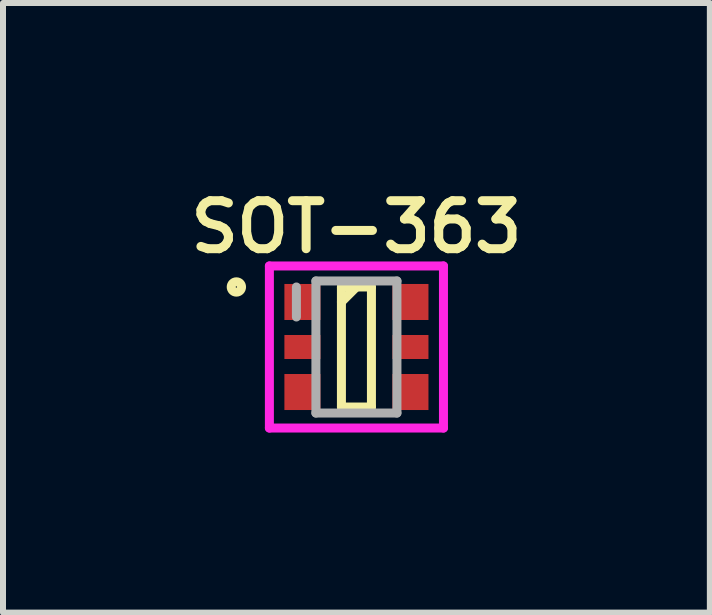
<source format=kicad_pcb>
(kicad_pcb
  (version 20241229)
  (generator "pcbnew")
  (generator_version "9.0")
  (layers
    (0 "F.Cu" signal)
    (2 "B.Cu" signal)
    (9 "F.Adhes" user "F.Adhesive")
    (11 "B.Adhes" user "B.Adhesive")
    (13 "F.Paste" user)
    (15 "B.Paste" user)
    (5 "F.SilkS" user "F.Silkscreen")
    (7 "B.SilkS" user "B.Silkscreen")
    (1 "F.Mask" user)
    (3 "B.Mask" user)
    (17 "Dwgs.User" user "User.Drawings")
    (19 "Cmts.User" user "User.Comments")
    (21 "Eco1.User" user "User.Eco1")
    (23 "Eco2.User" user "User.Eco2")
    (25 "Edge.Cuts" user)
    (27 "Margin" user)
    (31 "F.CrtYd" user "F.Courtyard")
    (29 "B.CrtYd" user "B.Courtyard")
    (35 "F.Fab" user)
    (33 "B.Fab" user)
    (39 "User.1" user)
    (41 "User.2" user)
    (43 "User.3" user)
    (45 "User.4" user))
  (footprint "SOT-363"
    (layer "F.Cu")
    (at 2.888 2.731)
    (property "Reference" "SOT-363" (at 0 -2 0) (layer "F.SilkS") (effects (font (size 0.8 0.8) (thickness 0.15))))
    (attr smd)
    (fp_line (start -0.25 -1) (end -0.25 1) (stroke (width 0.15) (type solid)) (layer "F.SilkS"))
    (fp_line (start -0.25 1) (end 0.25 1) (stroke (width 0.15) (type solid)) (layer "F.SilkS"))
    (fp_line (start 0 -1) (end -0.25 -0.75) (stroke (width 0.15) (type solid)) (layer "F.SilkS"))
    (fp_line (start 0.25 -1) (end -0.25 -1) (stroke (width 0.15) (type solid)) (layer "F.SilkS"))
    (fp_line (start 0.25 1) (end 0.25 -1) (stroke (width 0.15) (type solid)) (layer "F.SilkS"))
    (fp_circle (center -2 -1) (end -1.95 -0.93) (stroke (width 0.15) (type solid)) (fill no) (layer "F.SilkS"))
    (fp_line (start -1.45 -1.35) (end 1.45 -1.35) (stroke (width 0.15) (type solid)) (layer "F.CrtYd"))
    (fp_line (start -1.45 1.35) (end -1.45 -1.35) (stroke (width 0.15) (type solid)) (layer "F.CrtYd"))
    (fp_line (start 1.45 -1.35) (end 1.45 1.35) (stroke (width 0.15) (type solid)) (layer "F.CrtYd"))
    (fp_line (start 1.45 1.35) (end -1.45 1.35) (stroke (width 0.15) (type solid)) (layer "F.CrtYd"))
    (fp_line (start -1 -1) (end -1 -0.5) (stroke (width 0.15) (type solid)) (layer "F.Fab"))
    (fp_line (start -0.675 -1.1) (end 0.675 -1.1) (stroke (width 0.15) (type solid)) (layer "F.Fab"))
    (fp_line (start -0.675 1.1) (end -0.675 -1.1) (stroke (width 0.15) (type solid)) (layer "F.Fab"))
    (fp_line (start 0.675 -1.1) (end 0.675 1.1) (stroke (width 0.15) (type solid)) (layer "F.Fab"))
    (fp_line (start 0.675 1.1) (end -0.675 1.1) (stroke (width 0.15) (type solid)) (layer "F.Fab"))
    (pad "1" smd rect (at -0.9 -0.75) (size 0.6 0.6) (layers "F.Cu" "F.Mask" "F.Paste"))
    (pad "2" smd rect (at -0.9 0) (size 0.6 0.4) (layers "F.Cu" "F.Mask" "F.Paste"))
    (pad "3" smd rect (at -0.9 0.75) (size 0.6 0.6) (layers "F.Cu" "F.Mask" "F.Paste"))
    (pad "4" smd rect (at 0.9 0.75) (size 0.6 0.6) (layers "F.Cu" "F.Mask" "F.Paste"))
    (pad "5" smd rect (at 0.9 0) (size 0.6 0.4) (layers "F.Cu" "F.Mask" "F.Paste"))
    (pad "6" smd rect (at 0.9 -0.75) (size 0.6 0.6) (layers "F.Cu" "F.Mask" "F.Paste")))
  (gr_rect
    (start -3 -3)
    (end 8.776 7.156)
    (stroke (width 0.1) (type default))
    (fill no)
    (layer "Edge.Cuts")))
</source>
